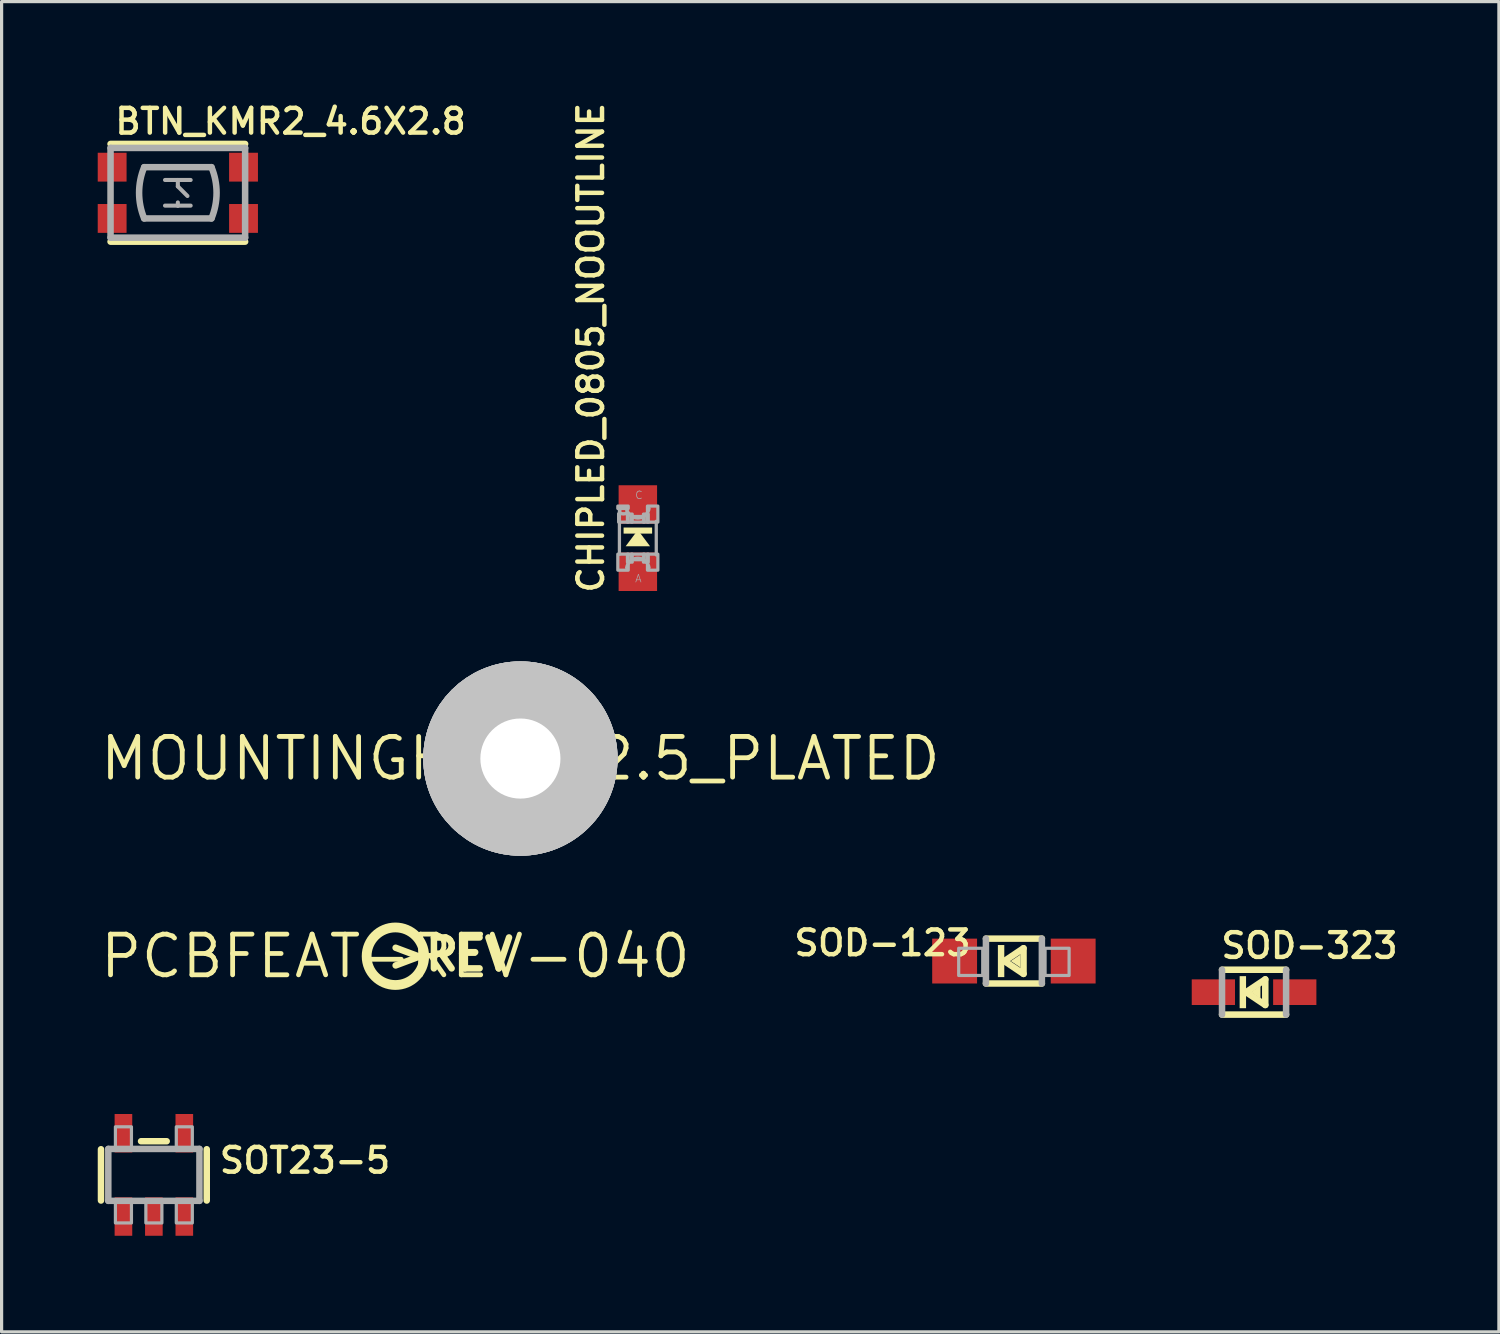
<source format=kicad_pcb>
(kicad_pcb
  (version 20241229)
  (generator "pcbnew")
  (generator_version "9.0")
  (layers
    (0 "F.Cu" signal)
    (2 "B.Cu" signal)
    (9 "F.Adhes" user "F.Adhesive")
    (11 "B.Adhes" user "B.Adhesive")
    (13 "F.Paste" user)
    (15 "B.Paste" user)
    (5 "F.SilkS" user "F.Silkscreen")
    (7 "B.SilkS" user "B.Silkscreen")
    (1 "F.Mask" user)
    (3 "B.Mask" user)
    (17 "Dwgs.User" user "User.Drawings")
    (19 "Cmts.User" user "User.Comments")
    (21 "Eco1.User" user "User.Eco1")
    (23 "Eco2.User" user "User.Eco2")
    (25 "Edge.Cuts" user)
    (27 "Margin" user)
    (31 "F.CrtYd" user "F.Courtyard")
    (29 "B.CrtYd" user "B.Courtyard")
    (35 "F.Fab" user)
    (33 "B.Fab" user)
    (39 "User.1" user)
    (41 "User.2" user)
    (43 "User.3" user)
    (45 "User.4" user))
  (footprint "SOD-123"
    (layer "F.Cu")
    (at 28.592 26.943)
    (property "Reference" "SOD-123" (at -1.27 -1.016 180) (layer "F.SilkS") (effects (font (size 0.772 0.772) (thickness 0.139)) (justify right top)))
    (attr through_hole)
    (fp_line (start -0.873 -0.7) (end 0.873 -0.7) (stroke (width 0.203) (type solid)) (layer "F.SilkS"))
    (fp_line (start -0.3 0) (end 0.3 -0.4) (stroke (width 0.203) (type solid)) (layer "F.SilkS"))
    (fp_line (start 0.3 -0.4) (end 0.3 0.4) (stroke (width 0.203) (type solid)) (layer "F.SilkS"))
    (fp_line (start 0.3 0.4) (end -0.3 0) (stroke (width 0.203) (type solid)) (layer "F.SilkS"))
    (fp_line (start 0.873 0.7) (end -0.873 0.7) (stroke (width 0.203) (type solid)) (layer "F.SilkS"))
    (fp_poly (pts (xy -0.1 0) (xy 0.2 -0.2) (xy 0.2 0.2)) (stroke (width 0) (type solid)) (fill yes) (layer "F.SilkS"))
    (fp_poly (pts (xy -0.5 0.5) (xy -0.3 0.5) (xy -0.3 -0.5) (xy -0.5 -0.5)) (stroke (width 0) (type solid)) (fill yes) (layer "F.SilkS"))
    (fp_line (start -0.873 0.7) (end -0.873 -0.7) (stroke (width 0.203) (type solid)) (layer "F.Fab"))
    (fp_line (start 0.873 -0.7) (end 0.873 0.7) (stroke (width 0.203) (type solid)) (layer "F.Fab"))
    (fp_poly (pts (xy -1.723 0.45) (xy -0.973 0.45) (xy -0.973 -0.4) (xy -1.723 -0.4)) (stroke (width 0.1) (type solid)) (fill no) (layer "F.Fab"))
    (fp_poly (pts (xy 0.973 0.45) (xy 1.723 0.45) (xy 1.723 -0.4) (xy 0.973 -0.4)) (stroke (width 0.1) (type solid)) (fill no) (layer "F.Fab"))
    (pad "A" smd rect (at 1.85 0 90) (size 1.4 1.4) (layers "F.Cu" "F.Mask" "F.Paste"))
    (pad "C" smd rect (at -1.85 0 90) (size 1.4 1.4) (layers "F.Cu" "F.Mask" "F.Paste")))
  (footprint "SOT23-5"
    (layer "F.Cu")
    (at 1.752 33.616)
    (property "Reference" "SOT23-5" (at 1.978 0 0) (layer "F.SilkS") (effects (font (size 0.772 0.772) (thickness 0.139)) (justify left bottom)))
    (attr through_hole)
    (fp_line (start -1.65 -0.8) (end -1.65 0.8) (stroke (width 0.203) (type solid)) (layer "F.SilkS"))
    (fp_line (start -0.4 -1.05) (end 0.4 -1.05) (stroke (width 0.203) (type solid)) (layer "F.SilkS"))
    (fp_line (start 1.65 -0.8) (end 1.65 0.8) (stroke (width 0.203) (type solid)) (layer "F.SilkS"))
    (fp_line (start -1.422 -0.81) (end 1.422 -0.81) (stroke (width 0.203) (type solid)) (layer "F.Fab"))
    (fp_line (start -1.422 0.81) (end -1.422 -0.81) (stroke (width 0.203) (type solid)) (layer "F.Fab"))
    (fp_line (start 1.422 -0.81) (end 1.422 0.81) (stroke (width 0.203) (type solid)) (layer "F.Fab"))
    (fp_line (start 1.422 0.81) (end -1.422 0.81) (stroke (width 0.203) (type solid)) (layer "F.Fab"))
    (fp_poly (pts (xy -1.2 -0.85) (xy -0.7 -0.85) (xy -0.7 -1.5) (xy -1.2 -1.5)) (stroke (width 0.1) (type solid)) (fill no) (layer "F.Fab"))
    (fp_poly (pts (xy -1.2 1.5) (xy -0.7 1.5) (xy -0.7 0.85) (xy -1.2 0.85)) (stroke (width 0.1) (type solid)) (fill no) (layer "F.Fab"))
    (fp_poly (pts (xy -0.25 1.5) (xy 0.25 1.5) (xy 0.25 0.85) (xy -0.25 0.85)) (stroke (width 0.1) (type solid)) (fill no) (layer "F.Fab"))
    (fp_poly (pts (xy 0.7 -0.85) (xy 1.2 -0.85) (xy 1.2 -1.5) (xy 0.7 -1.5)) (stroke (width 0.1) (type solid)) (fill no) (layer "F.Fab"))
    (fp_poly (pts (xy 0.7 1.5) (xy 1.2 1.5) (xy 1.2 0.85) (xy 0.7 0.85)) (stroke (width 0.1) (type solid)) (fill no) (layer "F.Fab"))
    (pad "1" smd rect (at -0.95 1.3) (size 0.55 1.2) (layers "F.Cu" "F.Mask" "F.Paste"))
    (pad "2" smd rect (at 0 1.3) (size 0.55 1.2) (layers "F.Cu" "F.Mask" "F.Paste"))
    (pad "3" smd rect (at 0.95 1.3) (size 0.55 1.2) (layers "F.Cu" "F.Mask" "F.Paste"))
    (pad "4" smd rect (at 0.95 -1.3) (size 0.55 1.2) (layers "F.Cu" "F.Mask" "F.Paste"))
    (pad "5" smd rect (at -0.95 -1.3) (size 0.55 1.2) (layers "F.Cu" "F.Mask" "F.Paste")))
  (footprint "CHIPLED_0805_NOOUTLINE"
    (layer "F.Cu")
    (at 16.856 13.744)
    (property "Reference" "CHIPLED_0805_NOOUTLINE" (at -1.016 1.778 90) (layer "F.SilkS") (effects (font (size 0.772 0.772) (thickness 0.139)) (justify left bottom)))
    (attr through_hole)
    (fp_poly (pts (xy 0 -0.254) (xy -0.381 0.254) (xy 0.381 0.254)) (stroke (width 0) (type solid)) (fill yes) (layer "F.SilkS"))
    (fp_poly (pts (xy -0.445 -0.141) (xy 0.445 -0.141) (xy 0.445 -0.331) (xy -0.445 -0.331)) (stroke (width 0) (type solid)) (fill yes) (layer "F.SilkS"))
    (fp_line (start -0.575 0.5) (end -0.575 -0.925) (stroke (width 0.102) (type solid)) (layer "F.Fab"))
    (fp_line (start 0.575 -0.525) (end 0.575 0.525) (stroke (width 0.102) (type solid)) (layer "F.Fab"))
    (fp_arc (start -0.35 0.925) (mid -0.000001 0.625027) (end 0.35 0.924998) (stroke (width 0.1016) (type solid)) (layer "F.Fab"))
    (fp_arc (start 0.35 -0.924998) (mid -0.000001 -0.625027) (end -0.35 -0.925) (stroke (width 0.1016) (type solid)) (layer "F.Fab"))
    (fp_circle (center -0.45 -0.85) (end -0.347 -0.85) (stroke (width 0.076) (type solid)) (fill no) (layer "F.Fab"))
    (fp_poly (pts (xy -0.625 -0.925) (xy -0.3 -0.925) (xy -0.3 -1) (xy -0.625 -1)) (stroke (width 0.1) (type solid)) (fill no) (layer "F.Fab"))
    (fp_poly (pts (xy -0.625 1) (xy -0.3 1) (xy -0.3 0.5) (xy -0.625 0.5)) (stroke (width 0.1) (type solid)) (fill no) (layer "F.Fab"))
    (fp_poly (pts (xy -0.6 -0.5) (xy -0.3 -0.5) (xy -0.3 -0.762) (xy -0.6 -0.762)) (stroke (width 0.1) (type solid)) (fill no) (layer "F.Fab"))
    (fp_poly (pts (xy -0.325 -0.5) (xy -0.175 -0.5) (xy -0.175 -0.75) (xy -0.325 -0.75)) (stroke (width 0.1) (type solid)) (fill no) (layer "F.Fab"))
    (fp_poly (pts (xy -0.325 0.75) (xy -0.175 0.75) (xy -0.175 0.5) (xy -0.325 0.5)) (stroke (width 0.1) (type solid)) (fill no) (layer "F.Fab"))
    (fp_poly (pts (xy -0.2 -0.5) (xy 0.2 -0.5) (xy 0.2 -0.675) (xy -0.2 -0.675)) (stroke (width 0.1) (type solid)) (fill no) (layer "F.Fab"))
    (fp_poly (pts (xy -0.2 0.675) (xy 0.2 0.675) (xy 0.2 0.5) (xy -0.2 0.5)) (stroke (width 0.1) (type solid)) (fill no) (layer "F.Fab"))
    (fp_poly (pts (xy 0.175 -0.5) (xy 0.325 -0.5) (xy 0.325 -0.75) (xy 0.175 -0.75)) (stroke (width 0.1) (type solid)) (fill no) (layer "F.Fab"))
    (fp_poly (pts (xy 0.175 0.75) (xy 0.325 0.75) (xy 0.325 0.5) (xy 0.175 0.5)) (stroke (width 0.1) (type solid)) (fill no) (layer "F.Fab"))
    (fp_poly (pts (xy 0.3 -0.5) (xy 0.625 -0.5) (xy 0.625 -1) (xy 0.3 -1)) (stroke (width 0.1) (type solid)) (fill no) (layer "F.Fab"))
    (fp_poly (pts (xy 0.3 1) (xy 0.625 1) (xy 0.625 0.5) (xy 0.3 0.5)) (stroke (width 0.1) (type solid)) (fill no) (layer "F.Fab"))
    (fp_text user "C" (at -0.1 -1.2 0) (layer "F.Fab") (effects (font (size 0.241 0.241) (thickness 0.02)) (justify left bottom)))
    (fp_text user "A" (at -0.1 1.4 0) (layer "F.Fab") (effects (font (size 0.241 0.241) (thickness 0.02)) (justify left bottom)))
    (pad "A" smd rect (at 0 1.05) (size 1.2 1.2) (layers "F.Cu" "F.Mask" "F.Paste"))
    (pad "C" smd rect (at 0 -1.05) (size 1.2 1.2) (layers "F.Cu" "F.Mask" "F.Paste")))
  (footprint "PCBFEAT-REV-040"
    (layer "F.Cu")
    (at 9.29 26.792)
    (property "Reference" "PCBFEAT-REV-040" (at 0 0 0) (layer "F.SilkS") (effects (font (size 1.27 1.27) (thickness 0.15))))
    (attr through_hole)
    (fp_circle (center 0 0) (end 0.898 0) (stroke (width 0.305) (type solid)) (fill no) (layer "F.SilkS"))
    (fp_text user ">REV" (at -0.356 0.508 0) (layer "F.SilkS") (effects (font (size 0.965 0.965) (thickness 0.203)) (justify left bottom))))
  (footprint "BTN_KMR2_4.6X2.8"
    (layer "F.Cu")
    (at 2.5 2.967)
    (property "Reference" "BTN_KMR2_4.6X2.8" (at -2.032 -1.778 0) (layer "F.SilkS") (effects (font (size 0.772 0.772) (thickness 0.139)) (justify left bottom)))
    (attr through_hole)
    (fp_line (start -2.1 -1.525) (end 2.1 -1.525) (stroke (width 0.203) (type solid)) (layer "F.SilkS"))
    (fp_line (start 2.1 1.525) (end -2.1 1.525) (stroke (width 0.203) (type solid)) (layer "F.SilkS"))
    (fp_line (start -2.1 -1.4) (end 2.1 -1.4) (stroke (width 0.203) (type solid)) (layer "F.Fab"))
    (fp_line (start -2.1 1.4) (end -2.1 -1.4) (stroke (width 0.203) (type solid)) (layer "F.Fab"))
    (fp_line (start -1.05 -0.8) (end 1.05 -0.8) (stroke (width 0.203) (type solid)) (layer "F.Fab"))
    (fp_line (start -0.4 -0.4) (end 0 -0.4) (stroke (width 0.127) (type solid)) (layer "F.Fab"))
    (fp_line (start -0.4 0.4) (end 0 0.4) (stroke (width 0.127) (type solid)) (layer "F.Fab"))
    (fp_line (start 0 -0.4) (end 0 -0.2) (stroke (width 0.127) (type solid)) (layer "F.Fab"))
    (fp_line (start 0 -0.4) (end 0.4 -0.4) (stroke (width 0.127) (type solid)) (layer "F.Fab"))
    (fp_line (start 0 -0.2) (end 0.3 0.1) (stroke (width 0.127) (type solid)) (layer "F.Fab"))
    (fp_line (start 0 0.4) (end 0 0.3) (stroke (width 0.127) (type solid)) (layer "F.Fab"))
    (fp_line (start 0 0.4) (end 0.4 0.4) (stroke (width 0.127) (type solid)) (layer "F.Fab"))
    (fp_line (start 1.05 0.8) (end -1.05 0.8) (stroke (width 0.203) (type solid)) (layer "F.Fab"))
    (fp_line (start 2.1 -1.4) (end 2.1 1.4) (stroke (width 0.203) (type solid)) (layer "F.Fab"))
    (fp_line (start 2.1 1.4) (end -2.1 1.4) (stroke (width 0.203) (type solid)) (layer "F.Fab"))
    (fp_arc (start -1.05 0.8) (mid -1.209128 0) (end -1.05 -0.799999) (stroke (width 0.2032) (type solid)) (layer "F.Fab"))
    (fp_arc (start 1.05 -0.8) (mid 1.209128 0) (end 1.05 0.799999) (stroke (width 0.2032) (type solid)) (layer "F.Fab"))
    (pad "A" smd rect (at 2.05 -0.8) (size 0.9 0.9) (layers "F.Cu" "F.Mask" "F.Paste"))
    (pad "A'" smd rect (at -2.05 -0.8) (size 0.9 0.9) (layers "F.Cu" "F.Mask" "F.Paste"))
    (pad "B" smd rect (at 2.05 0.8) (size 0.9 0.9) (layers "F.Cu" "F.Mask" "F.Paste"))
    (pad "B'" smd rect (at -2.05 0.8) (size 0.9 0.9) (layers "F.Cu" "F.Mask" "F.Paste")))
  (footprint "SOD-323"
    (layer "F.Cu")
    (at 36.087 27.914)
    (property "Reference" "SOD-323" (at -1.1 -1 0) (layer "F.SilkS") (effects (font (size 0.772 0.772) (thickness 0.139)) (justify left bottom)))
    (attr through_hole)
    (fp_line (start -1 -0.7) (end 1 -0.7) (stroke (width 0.203) (type solid)) (layer "F.SilkS"))
    (fp_line (start -0.25 0) (end 0.35 -0.4) (stroke (width 0.203) (type solid)) (layer "F.SilkS"))
    (fp_line (start 0.35 -0.4) (end 0.35 0.4) (stroke (width 0.203) (type solid)) (layer "F.SilkS"))
    (fp_line (start 0.35 0.4) (end -0.25 0) (stroke (width 0.203) (type solid)) (layer "F.SilkS"))
    (fp_line (start 1 0.7) (end -1 0.7) (stroke (width 0.203) (type solid)) (layer "F.SilkS"))
    (fp_poly (pts (xy -0.1 0) (xy 0.2 -0.2) (xy 0.2 0.2)) (stroke (width 0) (type solid)) (fill yes) (layer "F.SilkS"))
    (fp_poly (pts (xy -0.45 0.5) (xy -0.25 0.5) (xy -0.25 -0.5) (xy -0.45 -0.5)) (stroke (width 0) (type solid)) (fill yes) (layer "F.SilkS"))
    (fp_line (start -1 0.7) (end -1 -0.7) (stroke (width 0.203) (type solid)) (layer "F.Fab"))
    (fp_line (start 1 -0.7) (end 1 0.7) (stroke (width 0.203) (type solid)) (layer "F.Fab"))
    (pad "A" smd rect (at 1.27 0) (size 1.35 0.8) (layers "F.Cu" "F.Mask" "F.Paste"))
    (pad "C" smd rect (at -1.27 0) (size 1.35 0.8) (layers "F.Cu" "F.Mask" "F.Paste")))
  (footprint "MOUNTINGHOLE_2.5_PLATED"
    (layer "F.Cu")
    (at 13.191 20.623)
    (property "Reference" "MOUNTINGHOLE_2.5_PLATED" (at 0 0 0) (layer "F.SilkS") (effects (font (size 1.27 1.27) (thickness 0.15))))
    (attr through_hole)
    (fp_circle (center 0 0) (end 2 0) (stroke (width 0.203) (type solid)) (fill no) (layer "F.SilkS"))
    (fp_circle (center 0 0) (end 1 0) (stroke (width 2.032) (type solid)) (fill no) (layer "Dwgs.User"))
    (fp_circle (center 0 0) (end 1 0) (stroke (width 2.032) (type solid)) (fill no) (layer "Dwgs.User"))
    (fp_circle (center 0 0) (end 1 0) (stroke (width 2.032) (type solid)) (fill no) (layer "Dwgs.User"))
    (fp_circle (center 0 0) (end 1 0) (stroke (width 2.032) (type solid)) (fill no) (layer "Dwgs.User"))
    (pad "P$1" thru_hole circle (at 0 0) (size 3.2 3.2) (drill 2.5) (layers "*.Cu" "*.Mask")))
  (gr_rect
    (start -3 -3)
    (end 43.728 38.516)
    (stroke (width 0.1) (type default))
    (fill no)
    (layer "Edge.Cuts")))
</source>
